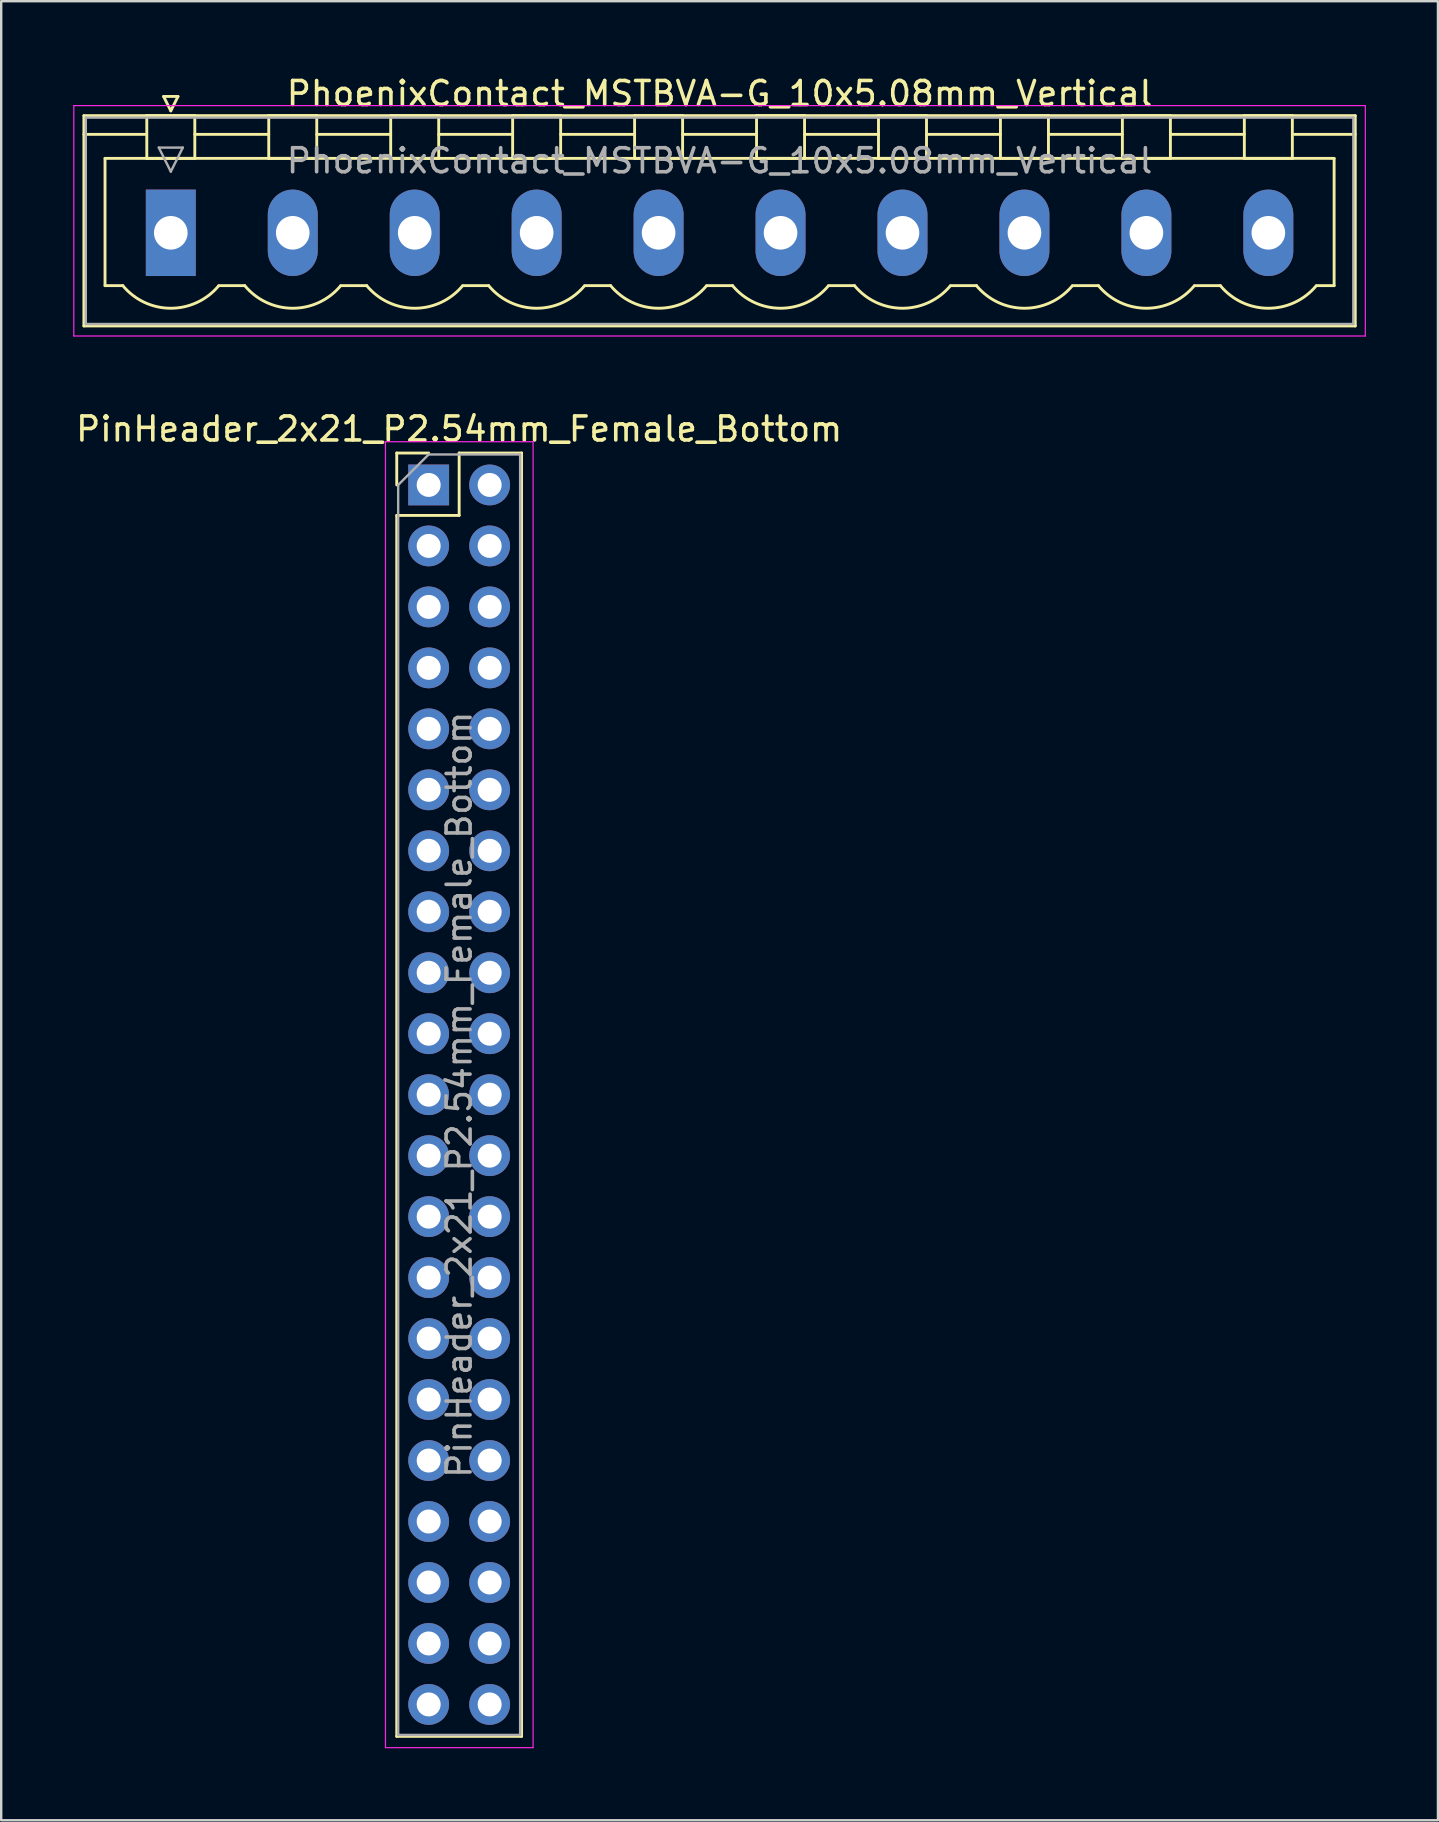
<source format=kicad_pcb>
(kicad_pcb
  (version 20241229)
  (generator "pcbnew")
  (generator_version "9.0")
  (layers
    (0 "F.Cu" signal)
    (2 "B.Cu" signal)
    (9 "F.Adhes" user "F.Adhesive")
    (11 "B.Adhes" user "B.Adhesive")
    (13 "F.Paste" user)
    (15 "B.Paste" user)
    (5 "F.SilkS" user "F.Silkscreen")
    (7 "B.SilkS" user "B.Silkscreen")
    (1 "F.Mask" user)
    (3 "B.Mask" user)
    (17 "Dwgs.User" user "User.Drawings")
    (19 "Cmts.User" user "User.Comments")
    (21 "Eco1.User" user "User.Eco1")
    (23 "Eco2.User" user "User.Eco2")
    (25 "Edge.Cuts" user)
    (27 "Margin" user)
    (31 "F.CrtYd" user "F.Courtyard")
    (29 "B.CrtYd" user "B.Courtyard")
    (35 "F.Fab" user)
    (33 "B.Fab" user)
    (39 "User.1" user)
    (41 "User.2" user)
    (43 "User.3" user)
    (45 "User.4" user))
  (footprint "PhoenixContact_MSTBVA-G_10x5.08mm_Vertical"
    (layer "F.Cu")
    (at 4.065 6.648)
    (property "Reference" "PhoenixContact_MSTBVA-G_10x5.08mm_Vertical" (at 22.86 -5.8 0) (layer "F.SilkS") (effects (font (size 1 1) (thickness 0.15))))
    (attr through_hole)
    (fp_line (start -3.62 -4.88) (end -3.62 3.88) (stroke (width 0.12) (type solid)) (layer "F.SilkS"))
    (fp_line (start -3.62 -4.1) (end -1.08 -4.1) (stroke (width 0.12) (type solid)) (layer "F.SilkS"))
    (fp_line (start -3.62 3.88) (end 49.34 3.88) (stroke (width 0.12) (type solid)) (layer "F.SilkS"))
    (fp_line (start -2.74 -3.1) (end 48.46 -3.1) (stroke (width 0.12) (type solid)) (layer "F.SilkS"))
    (fp_line (start -2.74 2.2) (end -2.74 -3.1) (stroke (width 0.12) (type solid)) (layer "F.SilkS"))
    (fp_line (start -2 2.2) (end -2.74 2.2) (stroke (width 0.12) (type solid)) (layer "F.SilkS"))
    (fp_line (start -1 -4.88) (end 1 -4.88) (stroke (width 0.12) (type solid)) (layer "F.SilkS"))
    (fp_line (start -1 -3.1) (end -1 -4.88) (stroke (width 0.12) (type solid)) (layer "F.SilkS"))
    (fp_line (start -0.3 -5.68) (end 0.3 -5.68) (stroke (width 0.12) (type solid)) (layer "F.SilkS"))
    (fp_line (start 0 -5.08) (end -0.3 -5.68) (stroke (width 0.12) (type solid)) (layer "F.SilkS"))
    (fp_line (start 0.3 -5.68) (end 0 -5.08) (stroke (width 0.12) (type solid)) (layer "F.SilkS"))
    (fp_line (start 1 -4.88) (end 1 -3.1) (stroke (width 0.12) (type solid)) (layer "F.SilkS"))
    (fp_line (start 1 -4.1) (end 4.08 -4.1) (stroke (width 0.12) (type solid)) (layer "F.SilkS"))
    (fp_line (start 1 -3.1) (end -1 -3.1) (stroke (width 0.12) (type solid)) (layer "F.SilkS"))
    (fp_line (start 2 2.2) (end 3.08 2.2) (stroke (width 0.12) (type solid)) (layer "F.SilkS"))
    (fp_line (start 4.08 -4.88) (end 6.08 -4.88) (stroke (width 0.12) (type solid)) (layer "F.SilkS"))
    (fp_line (start 4.08 -3.1) (end 4.08 -4.88) (stroke (width 0.12) (type solid)) (layer "F.SilkS"))
    (fp_line (start 6.08 -4.88) (end 6.08 -3.1) (stroke (width 0.12) (type solid)) (layer "F.SilkS"))
    (fp_line (start 6.08 -4.1) (end 9.16 -4.1) (stroke (width 0.12) (type solid)) (layer "F.SilkS"))
    (fp_line (start 6.08 -3.1) (end 4.08 -3.1) (stroke (width 0.12) (type solid)) (layer "F.SilkS"))
    (fp_line (start 7.08 2.2) (end 8.16 2.2) (stroke (width 0.12) (type solid)) (layer "F.SilkS"))
    (fp_line (start 9.16 -4.88) (end 11.16 -4.88) (stroke (width 0.12) (type solid)) (layer "F.SilkS"))
    (fp_line (start 9.16 -3.1) (end 9.16 -4.88) (stroke (width 0.12) (type solid)) (layer "F.SilkS"))
    (fp_line (start 11.16 -4.88) (end 11.16 -3.1) (stroke (width 0.12) (type solid)) (layer "F.SilkS"))
    (fp_line (start 11.16 -4.1) (end 14.24 -4.1) (stroke (width 0.12) (type solid)) (layer "F.SilkS"))
    (fp_line (start 11.16 -3.1) (end 9.16 -3.1) (stroke (width 0.12) (type solid)) (layer "F.SilkS"))
    (fp_line (start 12.16 2.2) (end 13.24 2.2) (stroke (width 0.12) (type solid)) (layer "F.SilkS"))
    (fp_line (start 14.24 -4.88) (end 16.24 -4.88) (stroke (width 0.12) (type solid)) (layer "F.SilkS"))
    (fp_line (start 14.24 -3.1) (end 14.24 -4.88) (stroke (width 0.12) (type solid)) (layer "F.SilkS"))
    (fp_line (start 16.24 -4.88) (end 16.24 -3.1) (stroke (width 0.12) (type solid)) (layer "F.SilkS"))
    (fp_line (start 16.24 -4.1) (end 19.32 -4.1) (stroke (width 0.12) (type solid)) (layer "F.SilkS"))
    (fp_line (start 16.24 -3.1) (end 14.24 -3.1) (stroke (width 0.12) (type solid)) (layer "F.SilkS"))
    (fp_line (start 17.24 2.2) (end 18.32 2.2) (stroke (width 0.12) (type solid)) (layer "F.SilkS"))
    (fp_line (start 19.32 -4.88) (end 21.32 -4.88) (stroke (width 0.12) (type solid)) (layer "F.SilkS"))
    (fp_line (start 19.32 -3.1) (end 19.32 -4.88) (stroke (width 0.12) (type solid)) (layer "F.SilkS"))
    (fp_line (start 21.32 -4.88) (end 21.32 -3.1) (stroke (width 0.12) (type solid)) (layer "F.SilkS"))
    (fp_line (start 21.32 -4.1) (end 24.4 -4.1) (stroke (width 0.12) (type solid)) (layer "F.SilkS"))
    (fp_line (start 21.32 -3.1) (end 19.32 -3.1) (stroke (width 0.12) (type solid)) (layer "F.SilkS"))
    (fp_line (start 22.32 2.2) (end 23.4 2.2) (stroke (width 0.12) (type solid)) (layer "F.SilkS"))
    (fp_line (start 24.4 -4.88) (end 26.4 -4.88) (stroke (width 0.12) (type solid)) (layer "F.SilkS"))
    (fp_line (start 24.4 -3.1) (end 24.4 -4.88) (stroke (width 0.12) (type solid)) (layer "F.SilkS"))
    (fp_line (start 26.4 -4.88) (end 26.4 -3.1) (stroke (width 0.12) (type solid)) (layer "F.SilkS"))
    (fp_line (start 26.4 -4.1) (end 29.48 -4.1) (stroke (width 0.12) (type solid)) (layer "F.SilkS"))
    (fp_line (start 26.4 -3.1) (end 24.4 -3.1) (stroke (width 0.12) (type solid)) (layer "F.SilkS"))
    (fp_line (start 27.4 2.2) (end 28.48 2.2) (stroke (width 0.12) (type solid)) (layer "F.SilkS"))
    (fp_line (start 29.48 -4.88) (end 31.48 -4.88) (stroke (width 0.12) (type solid)) (layer "F.SilkS"))
    (fp_line (start 29.48 -3.1) (end 29.48 -4.88) (stroke (width 0.12) (type solid)) (layer "F.SilkS"))
    (fp_line (start 31.48 -4.88) (end 31.48 -3.1) (stroke (width 0.12) (type solid)) (layer "F.SilkS"))
    (fp_line (start 31.48 -4.1) (end 34.56 -4.1) (stroke (width 0.12) (type solid)) (layer "F.SilkS"))
    (fp_line (start 31.48 -3.1) (end 29.48 -3.1) (stroke (width 0.12) (type solid)) (layer "F.SilkS"))
    (fp_line (start 32.48 2.2) (end 33.56 2.2) (stroke (width 0.12) (type solid)) (layer "F.SilkS"))
    (fp_line (start 34.56 -4.88) (end 36.56 -4.88) (stroke (width 0.12) (type solid)) (layer "F.SilkS"))
    (fp_line (start 34.56 -3.1) (end 34.56 -4.88) (stroke (width 0.12) (type solid)) (layer "F.SilkS"))
    (fp_line (start 36.56 -4.88) (end 36.56 -3.1) (stroke (width 0.12) (type solid)) (layer "F.SilkS"))
    (fp_line (start 36.56 -4.1) (end 39.64 -4.1) (stroke (width 0.12) (type solid)) (layer "F.SilkS"))
    (fp_line (start 36.56 -3.1) (end 34.56 -3.1) (stroke (width 0.12) (type solid)) (layer "F.SilkS"))
    (fp_line (start 37.56 2.2) (end 38.64 2.2) (stroke (width 0.12) (type solid)) (layer "F.SilkS"))
    (fp_line (start 39.64 -4.88) (end 41.64 -4.88) (stroke (width 0.12) (type solid)) (layer "F.SilkS"))
    (fp_line (start 39.64 -3.1) (end 39.64 -4.88) (stroke (width 0.12) (type solid)) (layer "F.SilkS"))
    (fp_line (start 41.64 -4.88) (end 41.64 -3.1) (stroke (width 0.12) (type solid)) (layer "F.SilkS"))
    (fp_line (start 41.64 -4.1) (end 44.72 -4.1) (stroke (width 0.12) (type solid)) (layer "F.SilkS"))
    (fp_line (start 41.64 -3.1) (end 39.64 -3.1) (stroke (width 0.12) (type solid)) (layer "F.SilkS"))
    (fp_line (start 42.64 2.2) (end 43.72 2.2) (stroke (width 0.12) (type solid)) (layer "F.SilkS"))
    (fp_line (start 44.72 -4.88) (end 46.72 -4.88) (stroke (width 0.12) (type solid)) (layer "F.SilkS"))
    (fp_line (start 44.72 -3.1) (end 44.72 -4.88) (stroke (width 0.12) (type solid)) (layer "F.SilkS"))
    (fp_line (start 46.72 -4.88) (end 46.72 -3.1) (stroke (width 0.12) (type solid)) (layer "F.SilkS"))
    (fp_line (start 46.72 -3.1) (end 44.72 -3.1) (stroke (width 0.12) (type solid)) (layer "F.SilkS"))
    (fp_line (start 48.46 -3.1) (end 48.46 2.2) (stroke (width 0.12) (type solid)) (layer "F.SilkS"))
    (fp_line (start 48.46 2.2) (end 47.72 2.2) (stroke (width 0.12) (type solid)) (layer "F.SilkS"))
    (fp_line (start 49.34 -4.88) (end -3.62 -4.88) (stroke (width 0.12) (type solid)) (layer "F.SilkS"))
    (fp_line (start 49.34 -4.1) (end 46.8 -4.1) (stroke (width 0.12) (type solid)) (layer "F.SilkS"))
    (fp_line (start 49.34 3.88) (end 49.34 -4.88) (stroke (width 0.12) (type solid)) (layer "F.SilkS"))
    (fp_arc (start 1.986842 2.215821) (mid -0.010289 3.142758) (end -2 2.2) (stroke (width 0.12) (type solid)) (layer "F.SilkS"))
    (fp_arc (start 7.066842 2.215821) (mid 5.069711 3.142758) (end 3.08 2.2) (stroke (width 0.12) (type solid)) (layer "F.SilkS"))
    (fp_arc (start 12.146842 2.215821) (mid 10.149711 3.142758) (end 8.16 2.2) (stroke (width 0.12) (type solid)) (layer "F.SilkS"))
    (fp_arc (start 17.226842 2.215821) (mid 15.229711 3.142758) (end 13.24 2.2) (stroke (width 0.12) (type solid)) (layer "F.SilkS"))
    (fp_arc (start 22.306842 2.215821) (mid 20.309711 3.142758) (end 18.32 2.2) (stroke (width 0.12) (type solid)) (layer "F.SilkS"))
    (fp_arc (start 27.386842 2.215821) (mid 25.389711 3.142758) (end 23.4 2.2) (stroke (width 0.12) (type solid)) (layer "F.SilkS"))
    (fp_arc (start 32.466842 2.215821) (mid 30.469711 3.142758) (end 28.48 2.2) (stroke (width 0.12) (type solid)) (layer "F.SilkS"))
    (fp_arc (start 37.546842 2.215821) (mid 35.549711 3.142758) (end 33.56 2.2) (stroke (width 0.12) (type solid)) (layer "F.SilkS"))
    (fp_arc (start 42.626842 2.215821) (mid 40.629711 3.142758) (end 38.64 2.2) (stroke (width 0.12) (type solid)) (layer "F.SilkS"))
    (fp_arc (start 47.706842 2.215821) (mid 45.709711 3.142758) (end 43.72 2.2) (stroke (width 0.12) (type solid)) (layer "F.SilkS"))
    (fp_line (start -4.04 -5.3) (end -4.04 4.3) (stroke (width 0.05) (type solid)) (layer "F.CrtYd"))
    (fp_line (start -4.04 4.3) (end 49.76 4.3) (stroke (width 0.05) (type solid)) (layer "F.CrtYd"))
    (fp_line (start 49.76 -5.3) (end -4.04 -5.3) (stroke (width 0.05) (type solid)) (layer "F.CrtYd"))
    (fp_line (start 49.76 4.3) (end 49.76 -5.3) (stroke (width 0.05) (type solid)) (layer "F.CrtYd"))
    (fp_line (start -3.54 -4.8) (end -3.54 3.8) (stroke (width 0.1) (type solid)) (layer "F.Fab"))
    (fp_line (start -3.54 3.8) (end 49.26 3.8) (stroke (width 0.1) (type solid)) (layer "F.Fab"))
    (fp_line (start -0.5 -3.55) (end 0.5 -3.55) (stroke (width 0.1) (type solid)) (layer "F.Fab"))
    (fp_line (start 0 -2.55) (end -0.5 -3.55) (stroke (width 0.1) (type solid)) (layer "F.Fab"))
    (fp_line (start 0.5 -3.55) (end 0 -2.55) (stroke (width 0.1) (type solid)) (layer "F.Fab"))
    (fp_line (start 49.26 -4.8) (end -3.54 -4.8) (stroke (width 0.1) (type solid)) (layer "F.Fab"))
    (fp_line (start 49.26 3.8) (end 49.26 -4.8) (stroke (width 0.1) (type solid)) (layer "F.Fab"))
    (fp_text user "${REFERENCE}" (at 22.86 -3 0) (layer "F.Fab") (effects (font (size 1 1) (thickness 0.15))))
    (pad "1" thru_hole rect (at 0 0) (size 2.08 3.6) (drill 1.4) (layers "*.Cu" "*.Mask"))
    (pad "2" thru_hole oval (at 5.08 0) (size 2.08 3.6) (drill 1.4) (layers "*.Cu" "*.Mask"))
    (pad "3" thru_hole oval (at 10.16 0) (size 2.08 3.6) (drill 1.4) (layers "*.Cu" "*.Mask"))
    (pad "4" thru_hole oval (at 15.24 0) (size 2.08 3.6) (drill 1.4) (layers "*.Cu" "*.Mask"))
    (pad "5" thru_hole oval (at 20.32 0) (size 2.08 3.6) (drill 1.4) (layers "*.Cu" "*.Mask"))
    (pad "6" thru_hole oval (at 25.4 0) (size 2.08 3.6) (drill 1.4) (layers "*.Cu" "*.Mask"))
    (pad "7" thru_hole oval (at 30.48 0) (size 2.08 3.6) (drill 1.4) (layers "*.Cu" "*.Mask"))
    (pad "8" thru_hole oval (at 35.56 0) (size 2.08 3.6) (drill 1.4) (layers "*.Cu" "*.Mask"))
    (pad "9" thru_hole oval (at 40.64 0) (size 2.08 3.6) (drill 1.4) (layers "*.Cu" "*.Mask"))
    (pad "10" thru_hole oval (at 45.72 0) (size 2.08 3.6) (drill 1.4) (layers "*.Cu" "*.Mask")))
  (footprint "PinHeader_2x21_P2.54mm_Female_Bottom"
    (layer "F.Cu")
    (at 14.807 17.151)
    (property "Reference" "PinHeader_2x21_P2.54mm_Female_Bottom" (at 1.27 -2.33 0) (layer "F.SilkS") (effects (font (size 1 1) (thickness 0.15))))
    (attr through_hole)
    (fp_line (start -1.33 -1.33) (end 0 -1.33) (stroke (width 0.12) (type solid)) (layer "F.SilkS"))
    (fp_line (start -1.33 0) (end -1.33 -1.33) (stroke (width 0.12) (type solid)) (layer "F.SilkS"))
    (fp_line (start -1.33 1.27) (end -1.33 52.13) (stroke (width 0.12) (type solid)) (layer "F.SilkS"))
    (fp_line (start -1.33 1.27) (end 1.27 1.27) (stroke (width 0.12) (type solid)) (layer "F.SilkS"))
    (fp_line (start -1.33 52.13) (end 3.87 52.13) (stroke (width 0.12) (type solid)) (layer "F.SilkS"))
    (fp_line (start 1.27 -1.33) (end 3.87 -1.33) (stroke (width 0.12) (type solid)) (layer "F.SilkS"))
    (fp_line (start 1.27 1.27) (end 1.27 -1.33) (stroke (width 0.12) (type solid)) (layer "F.SilkS"))
    (fp_line (start 3.87 -1.33) (end 3.87 52.13) (stroke (width 0.12) (type solid)) (layer "F.SilkS"))
    (fp_line (start -1.8 -1.8) (end -1.8 52.6) (stroke (width 0.05) (type solid)) (layer "F.CrtYd"))
    (fp_line (start -1.8 52.6) (end 4.35 52.6) (stroke (width 0.05) (type solid)) (layer "F.CrtYd"))
    (fp_line (start 4.35 -1.8) (end -1.8 -1.8) (stroke (width 0.05) (type solid)) (layer "F.CrtYd"))
    (fp_line (start 4.35 52.6) (end 4.35 -1.8) (stroke (width 0.05) (type solid)) (layer "F.CrtYd"))
    (fp_line (start -1.27 0) (end 0 -1.27) (stroke (width 0.1) (type solid)) (layer "F.Fab"))
    (fp_line (start -1.27 52.07) (end -1.27 0) (stroke (width 0.1) (type solid)) (layer "F.Fab"))
    (fp_line (start 0 -1.27) (end 3.81 -1.27) (stroke (width 0.1) (type solid)) (layer "F.Fab"))
    (fp_line (start 3.81 -1.27) (end 3.81 52.07) (stroke (width 0.1) (type solid)) (layer "F.Fab"))
    (fp_line (start 3.81 52.07) (end -1.27 52.07) (stroke (width 0.1) (type solid)) (layer "F.Fab"))
    (fp_text user "${REFERENCE}" (at 1.27 25.4 90) (layer "F.Fab") (effects (font (size 1 1) (thickness 0.15))))
    (pad "1" thru_hole rect (at 0 0) (size 1.7 1.7) (drill 1) (layers "*.Cu" "*.Mask"))
    (pad "2" thru_hole oval (at 2.54 0) (size 1.7 1.7) (drill 1) (layers "*.Cu" "*.Mask"))
    (pad "3" thru_hole oval (at 0 2.54) (size 1.7 1.7) (drill 1) (layers "*.Cu" "*.Mask"))
    (pad "4" thru_hole oval (at 2.54 2.54) (size 1.7 1.7) (drill 1) (layers "*.Cu" "*.Mask"))
    (pad "5" thru_hole oval (at 0 5.08) (size 1.7 1.7) (drill 1) (layers "*.Cu" "*.Mask"))
    (pad "6" thru_hole oval (at 2.54 5.08) (size 1.7 1.7) (drill 1) (layers "*.Cu" "*.Mask"))
    (pad "7" thru_hole oval (at 0 7.62) (size 1.7 1.7) (drill 1) (layers "*.Cu" "*.Mask"))
    (pad "8" thru_hole oval (at 2.54 7.62) (size 1.7 1.7) (drill 1) (layers "*.Cu" "*.Mask"))
    (pad "9" thru_hole oval (at 0 10.16) (size 1.7 1.7) (drill 1) (layers "*.Cu" "*.Mask"))
    (pad "10" thru_hole oval (at 2.54 10.16) (size 1.7 1.7) (drill 1) (layers "*.Cu" "*.Mask"))
    (pad "11" thru_hole oval (at 0 12.7) (size 1.7 1.7) (drill 1) (layers "*.Cu" "*.Mask"))
    (pad "12" thru_hole oval (at 2.54 12.7) (size 1.7 1.7) (drill 1) (layers "*.Cu" "*.Mask"))
    (pad "13" thru_hole oval (at 0 15.24) (size 1.7 1.7) (drill 1) (layers "*.Cu" "*.Mask"))
    (pad "14" thru_hole oval (at 2.54 15.24) (size 1.7 1.7) (drill 1) (layers "*.Cu" "*.Mask"))
    (pad "15" thru_hole oval (at 0 17.78) (size 1.7 1.7) (drill 1) (layers "*.Cu" "*.Mask"))
    (pad "16" thru_hole oval (at 2.54 17.78) (size 1.7 1.7) (drill 1) (layers "*.Cu" "*.Mask"))
    (pad "17" thru_hole oval (at 0 20.32) (size 1.7 1.7) (drill 1) (layers "*.Cu" "*.Mask"))
    (pad "18" thru_hole oval (at 2.54 20.32) (size 1.7 1.7) (drill 1) (layers "*.Cu" "*.Mask"))
    (pad "19" thru_hole oval (at 0 22.86) (size 1.7 1.7) (drill 1) (layers "*.Cu" "*.Mask"))
    (pad "20" thru_hole oval (at 2.54 22.86) (size 1.7 1.7) (drill 1) (layers "*.Cu" "*.Mask"))
    (pad "21" thru_hole oval (at 0 25.4) (size 1.7 1.7) (drill 1) (layers "*.Cu" "*.Mask"))
    (pad "22" thru_hole oval (at 2.54 25.4) (size 1.7 1.7) (drill 1) (layers "*.Cu" "*.Mask"))
    (pad "23" thru_hole oval (at 0 27.94) (size 1.7 1.7) (drill 1) (layers "*.Cu" "*.Mask"))
    (pad "24" thru_hole oval (at 2.54 27.94) (size 1.7 1.7) (drill 1) (layers "*.Cu" "*.Mask"))
    (pad "25" thru_hole oval (at 0 30.48) (size 1.7 1.7) (drill 1) (layers "*.Cu" "*.Mask"))
    (pad "26" thru_hole oval (at 2.54 30.48) (size 1.7 1.7) (drill 1) (layers "*.Cu" "*.Mask"))
    (pad "27" thru_hole oval (at 0 33.02) (size 1.7 1.7) (drill 1) (layers "*.Cu" "*.Mask"))
    (pad "28" thru_hole oval (at 2.54 33.02) (size 1.7 1.7) (drill 1) (layers "*.Cu" "*.Mask"))
    (pad "29" thru_hole oval (at 0 35.56) (size 1.7 1.7) (drill 1) (layers "*.Cu" "*.Mask"))
    (pad "30" thru_hole oval (at 2.54 35.56) (size 1.7 1.7) (drill 1) (layers "*.Cu" "*.Mask"))
    (pad "31" thru_hole oval (at 0 38.1) (size 1.7 1.7) (drill 1) (layers "*.Cu" "*.Mask"))
    (pad "32" thru_hole oval (at 2.54 38.1) (size 1.7 1.7) (drill 1) (layers "*.Cu" "*.Mask"))
    (pad "33" thru_hole oval (at 0 40.64) (size 1.7 1.7) (drill 1) (layers "*.Cu" "*.Mask"))
    (pad "34" thru_hole oval (at 2.54 40.64) (size 1.7 1.7) (drill 1) (layers "*.Cu" "*.Mask"))
    (pad "35" thru_hole oval (at 0 43.18) (size 1.7 1.7) (drill 1) (layers "*.Cu" "*.Mask"))
    (pad "36" thru_hole oval (at 2.54 43.18) (size 1.7 1.7) (drill 1) (layers "*.Cu" "*.Mask"))
    (pad "37" thru_hole oval (at 0 45.72) (size 1.7 1.7) (drill 1) (layers "*.Cu" "*.Mask"))
    (pad "38" thru_hole oval (at 2.54 45.72) (size 1.7 1.7) (drill 1) (layers "*.Cu" "*.Mask"))
    (pad "39" thru_hole oval (at 0 48.26) (size 1.7 1.7) (drill 1) (layers "*.Cu" "*.Mask"))
    (pad "40" thru_hole oval (at 2.54 48.26) (size 1.7 1.7) (drill 1) (layers "*.Cu" "*.Mask"))
    (pad "41" thru_hole oval (at 0 50.8) (size 1.7 1.7) (drill 1) (layers "*.Cu" "*.Mask"))
    (pad "42" thru_hole oval (at 2.54 50.8) (size 1.7 1.7) (drill 1) (layers "*.Cu" "*.Mask")))
  (gr_rect
    (start -3 -3)
    (end 56.85 72.776)
    (stroke (width 0.1) (type default))
    (fill no)
    (layer "Edge.Cuts")))
</source>
